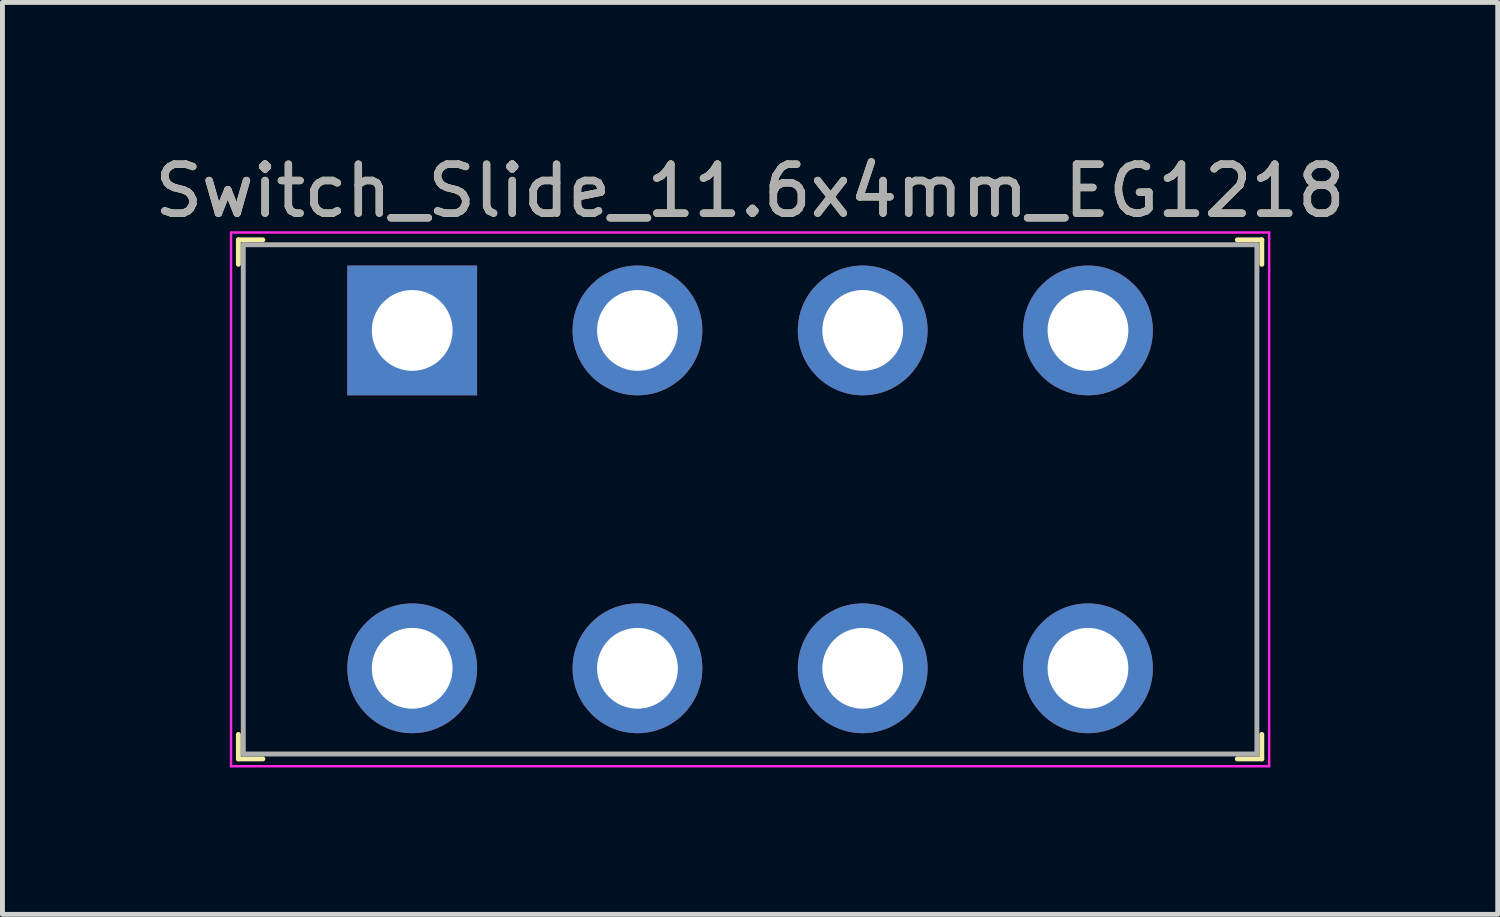
<source format=kicad_pcb>
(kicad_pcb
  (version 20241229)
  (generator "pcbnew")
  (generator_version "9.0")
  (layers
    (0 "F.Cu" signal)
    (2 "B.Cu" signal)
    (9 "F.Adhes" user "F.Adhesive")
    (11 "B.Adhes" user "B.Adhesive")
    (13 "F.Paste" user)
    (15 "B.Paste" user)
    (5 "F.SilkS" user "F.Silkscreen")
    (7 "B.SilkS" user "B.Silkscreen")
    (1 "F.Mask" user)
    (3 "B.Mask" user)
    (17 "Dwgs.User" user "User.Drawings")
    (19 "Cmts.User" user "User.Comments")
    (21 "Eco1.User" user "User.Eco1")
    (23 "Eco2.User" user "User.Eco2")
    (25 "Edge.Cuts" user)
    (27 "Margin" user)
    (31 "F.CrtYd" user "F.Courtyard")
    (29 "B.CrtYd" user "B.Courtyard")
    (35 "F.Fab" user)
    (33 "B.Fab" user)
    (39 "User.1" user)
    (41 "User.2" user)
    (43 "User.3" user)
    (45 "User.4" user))
  (footprint "Switch_Slide_11.6x4mm_EG1218"
    (layer "F.Cu")
    (at 12.268 7.148)
    (property "Reference" "Switch_Slide_11.6x4mm_EG1218" (at 0 -6.3 0) (layer "F.SilkS") (effects (font (size 1 1) (thickness 0.15))))
    (attr through_hole)
    (fp_line (start -10.45 -5.3) (end -10.45 -4.8) (stroke (width 0.1) (type solid)) (layer "F.SilkS"))
    (fp_line (start -10.45 -5.3) (end -9.95 -5.3) (stroke (width 0.1) (type solid)) (layer "F.SilkS"))
    (fp_line (start -10.45 5.3) (end -10.45 4.8) (stroke (width 0.1) (type solid)) (layer "F.SilkS"))
    (fp_line (start -10.45 5.3) (end -9.95 5.3) (stroke (width 0.1) (type solid)) (layer "F.SilkS"))
    (fp_line (start 10.45 -5.3) (end 9.95 -5.3) (stroke (width 0.1) (type solid)) (layer "F.SilkS"))
    (fp_line (start 10.45 -5.3) (end 10.45 -4.8) (stroke (width 0.1) (type solid)) (layer "F.SilkS"))
    (fp_line (start 10.45 5.3) (end 9.95 5.3) (stroke (width 0.1) (type solid)) (layer "F.SilkS"))
    (fp_line (start 10.45 5.3) (end 10.45 4.8) (stroke (width 0.1) (type solid)) (layer "F.SilkS"))
    (fp_line (start -10.6 -5.45) (end -10.6 5.45) (stroke (width 0.05) (type solid)) (layer "F.CrtYd"))
    (fp_line (start -10.6 -5.45) (end 10.6 -5.45) (stroke (width 0.05) (type solid)) (layer "F.CrtYd"))
    (fp_line (start -10.6 5.45) (end 10.6 5.45) (stroke (width 0.05) (type solid)) (layer "F.CrtYd"))
    (fp_line (start 10.6 -5.45) (end 10.6 5.45) (stroke (width 0.05) (type solid)) (layer "F.CrtYd"))
    (fp_line (start -10.35 -5.2) (end -10.35 5.2) (stroke (width 0.1) (type solid)) (layer "F.Fab"))
    (fp_line (start -10.35 -5.2) (end 10.35 -5.2) (stroke (width 0.1) (type solid)) (layer "F.Fab"))
    (fp_line (start -10.35 5.2) (end 10.35 5.2) (stroke (width 0.1) (type solid)) (layer "F.Fab"))
    (fp_line (start 10.35 -5.2) (end 10.35 5.2) (stroke (width 0.1) (type solid)) (layer "F.Fab"))
    (fp_text user "${REFERENCE}" (at 0 -6.3 0) (layer "F.Fab") (effects (font (size 1 1) (thickness 0.15))))
    (pad "1" thru_hole rect (at -6.9 -3.45) (size 2.65 2.65) (drill 1.65) (layers "*.Cu" "*.Mask"))
    (pad "2" thru_hole circle (at -2.3 -3.45) (size 2.65 2.65) (drill 1.65) (layers "*.Cu" "*.Mask"))
    (pad "3" thru_hole circle (at 2.3 -3.45) (size 2.65 2.65) (drill 1.65) (layers "*.Cu" "*.Mask"))
    (pad "4" thru_hole circle (at 6.9 -3.45) (size 2.65 2.65) (drill 1.65) (layers "*.Cu" "*.Mask"))
    (pad "5" thru_hole circle (at -6.9 3.45) (size 2.65 2.65) (drill 1.65) (layers "*.Cu" "*.Mask"))
    (pad "6" thru_hole circle (at -2.3 3.45) (size 2.65 2.65) (drill 1.65) (layers "*.Cu" "*.Mask"))
    (pad "7" thru_hole circle (at 2.3 3.45) (size 2.65 2.65) (drill 1.65) (layers "*.Cu" "*.Mask"))
    (pad "8" thru_hole circle (at 6.9 3.45) (size 2.65 2.65) (drill 1.65) (layers "*.Cu" "*.Mask")))
  (gr_rect
    (start -3 -3)
    (end 27.536 15.623)
    (stroke (width 0.1) (type default))
    (fill no)
    (layer "Edge.Cuts")))
</source>
